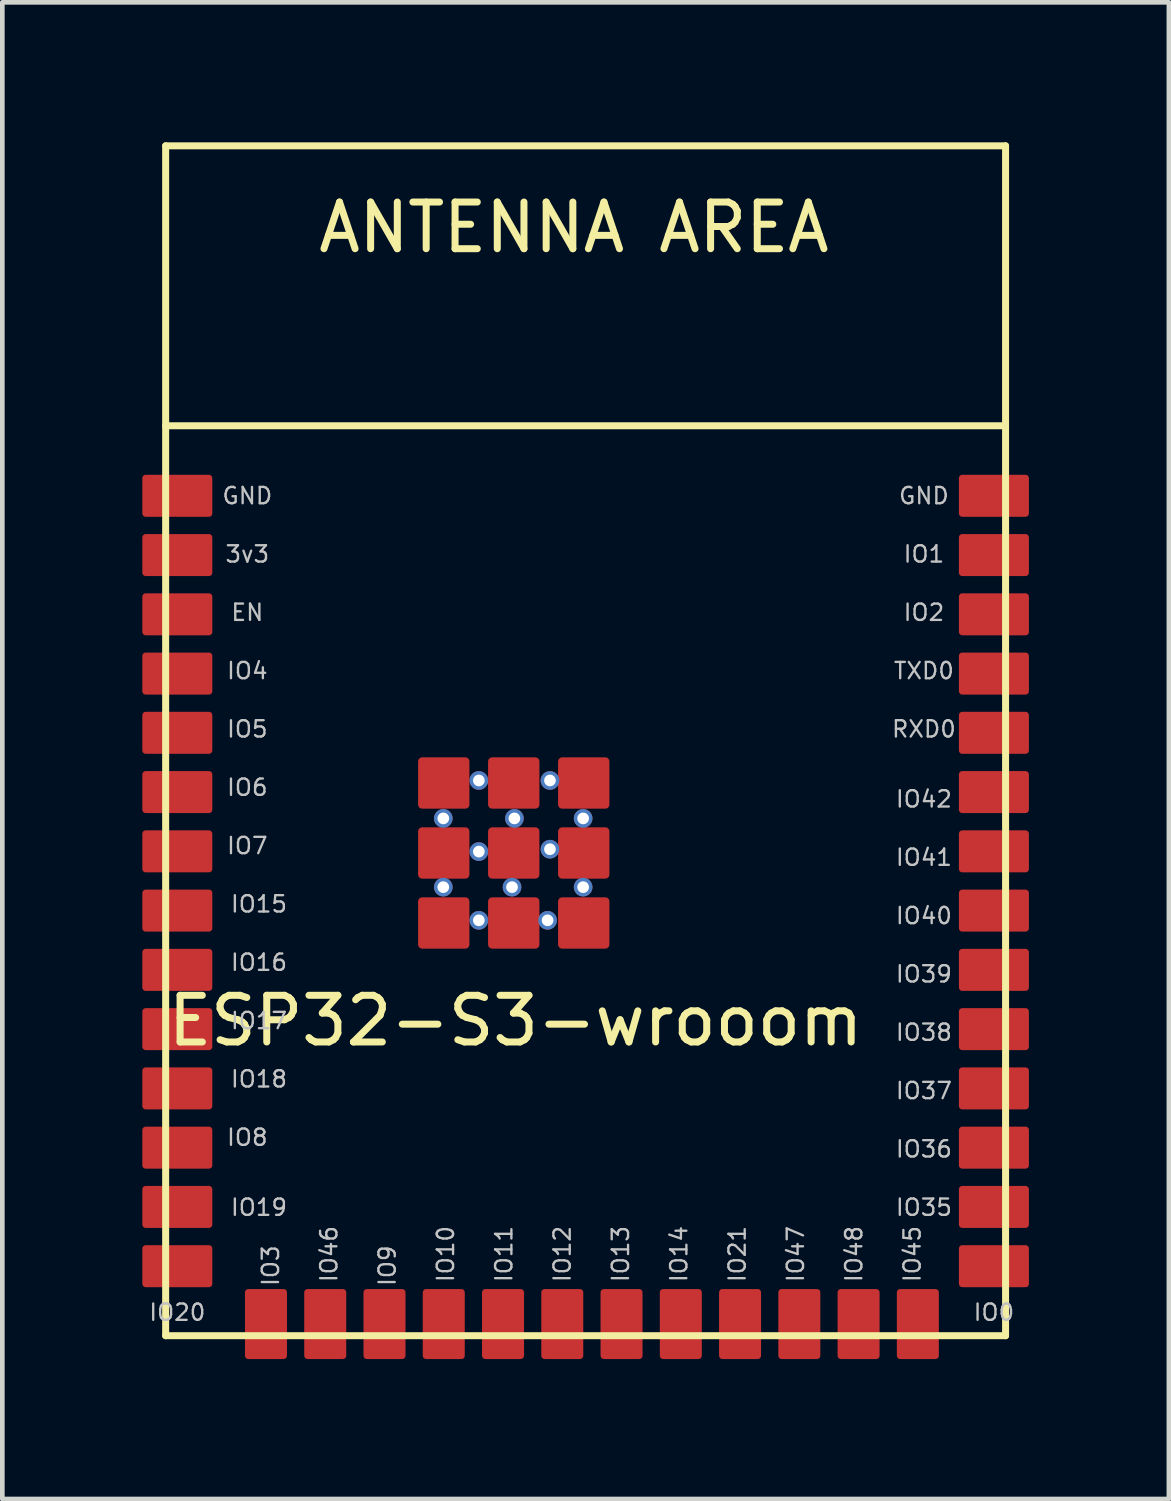
<source format=kicad_pcb>
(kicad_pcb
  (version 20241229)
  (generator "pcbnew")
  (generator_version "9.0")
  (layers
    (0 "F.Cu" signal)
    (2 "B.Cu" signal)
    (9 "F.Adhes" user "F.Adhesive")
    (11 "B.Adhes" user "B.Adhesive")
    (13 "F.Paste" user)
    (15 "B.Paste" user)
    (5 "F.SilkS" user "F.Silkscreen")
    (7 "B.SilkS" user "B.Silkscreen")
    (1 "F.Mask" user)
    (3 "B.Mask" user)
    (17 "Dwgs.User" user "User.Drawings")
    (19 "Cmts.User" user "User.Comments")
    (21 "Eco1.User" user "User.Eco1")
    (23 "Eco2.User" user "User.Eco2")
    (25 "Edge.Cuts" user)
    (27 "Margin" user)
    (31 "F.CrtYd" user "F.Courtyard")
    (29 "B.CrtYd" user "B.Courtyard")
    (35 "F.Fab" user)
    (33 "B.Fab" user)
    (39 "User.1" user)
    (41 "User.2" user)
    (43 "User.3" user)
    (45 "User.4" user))
  (footprint "ESP32-S3-wrooom"
    (layer "F.Cu")
    (at 0.5 25.575)
    (property "Reference" "ESP32-S3-wrooom" (at 7.5 -6.75 0) (layer "F.SilkS") (effects (font (size 1 1) (thickness 0.15))))
    (attr through_hole)
    (fp_line (start 0 -25.5) (end 0 0) (stroke (width 0.15) (type solid)) (layer "F.SilkS"))
    (fp_line (start 0 -19.5) (end 18 -19.5) (stroke (width 0.15) (type solid)) (layer "F.SilkS"))
    (fp_line (start 0 0) (end 18 0) (stroke (width 0.15) (type solid)) (layer "F.SilkS"))
    (fp_line (start 18 -25.5) (end 0 -25.5) (stroke (width 0.15) (type solid)) (layer "F.SilkS"))
    (fp_line (start 18 0) (end 18 -25.5) (stroke (width 0.15) (type solid)) (layer "F.SilkS"))
    (fp_text user "ANTENNA AREA" (at 8.75 -23.75 0) (layer "F.SilkS") (effects (font (size 1 1) (thickness 0.15))))
    (fp_text user "IO41" (at 16.25 -10.25 0) (layer "Dwgs.User") (effects (font (size 0.35 0.35) (thickness 0.05))))
    (fp_text user "IO0" (at 17.75 -0.5 0) (layer "Dwgs.User") (effects (font (size 0.35 0.35) (thickness 0.05))))
    (fp_text user "GND" (at 16.25 -18 0) (layer "Dwgs.User") (effects (font (size 0.35 0.35) (thickness 0.05))))
    (fp_text user "IO19" (at 2 -2.75 0) (layer "Dwgs.User") (effects (font (size 0.35 0.35) (thickness 0.05))))
    (fp_text user "IO12" (at 8.5 -1.75 90) (layer "Dwgs.User") (effects (font (size 0.35 0.35) (thickness 0.05))))
    (fp_text user "IO40" (at 16.25 -9 0) (layer "Dwgs.User") (effects (font (size 0.35 0.35) (thickness 0.05))))
    (fp_text user "IO37" (at 16.25 -5.25 0) (layer "Dwgs.User") (effects (font (size 0.35 0.35) (thickness 0.05))))
    (fp_text user "IO10" (at 6 -1.75 90) (layer "Dwgs.User") (effects (font (size 0.35 0.35) (thickness 0.05))))
    (fp_text user "IO48" (at 14.75 -1.75 90) (layer "Dwgs.User") (effects (font (size 0.35 0.35) (thickness 0.05))))
    (fp_text user "IO8" (at 1.75 -4.25 0) (layer "Dwgs.User") (effects (font (size 0.35 0.35) (thickness 0.05))))
    (fp_text user "IO20" (at 0.25 -0.5 0) (layer "Dwgs.User") (effects (font (size 0.35 0.35) (thickness 0.05))))
    (fp_text user "IO42" (at 16.25 -11.5 0) (layer "Dwgs.User") (effects (font (size 0.35 0.35) (thickness 0.05))))
    (fp_text user "IO21" (at 12.25 -1.75 90) (layer "Dwgs.User") (effects (font (size 0.35 0.35) (thickness 0.05))))
    (fp_text user "IO36" (at 16.25 -4 0) (layer "Dwgs.User") (effects (font (size 0.35 0.35) (thickness 0.05))))
    (fp_text user "IO16" (at 2 -8 0) (layer "Dwgs.User") (effects (font (size 0.35 0.35) (thickness 0.05))))
    (fp_text user "IO38" (at 16.25 -6.5 0) (layer "Dwgs.User") (effects (font (size 0.35 0.35) (thickness 0.05))))
    (fp_text user "GND" (at 1.75 -18 0) (layer "Dwgs.User") (effects (font (size 0.35 0.35) (thickness 0.05))))
    (fp_text user "IO15" (at 2 -9.25 0) (layer "Dwgs.User") (effects (font (size 0.35 0.35) (thickness 0.05))))
    (fp_text user "IO2" (at 16.25 -15.5 0) (layer "Dwgs.User") (effects (font (size 0.35 0.35) (thickness 0.05))))
    (fp_text user "IO17" (at 2 -6.75 0) (layer "Dwgs.User") (effects (font (size 0.35 0.35) (thickness 0.05))))
    (fp_text user "IO39" (at 16.25 -7.75 0) (layer "Dwgs.User") (effects (font (size 0.35 0.35) (thickness 0.05))))
    (fp_text user "IO7" (at 1.75 -10.5 0) (layer "Dwgs.User") (effects (font (size 0.35 0.35) (thickness 0.05))))
    (fp_text user "3v3" (at 1.75 -16.75 0) (layer "Dwgs.User") (effects (font (size 0.35 0.35) (thickness 0.05))))
    (fp_text user "IO5" (at 1.75 -13 0) (layer "Dwgs.User") (effects (font (size 0.35 0.35) (thickness 0.05))))
    (fp_text user "IO11" (at 7.25 -1.75 90) (layer "Dwgs.User") (effects (font (size 0.35 0.35) (thickness 0.05))))
    (fp_text user "TXD0" (at 16.25 -14.25 0) (layer "Dwgs.User") (effects (font (size 0.35 0.35) (thickness 0.05))))
    (fp_text user "IO6" (at 1.75 -11.75 0) (layer "Dwgs.User") (effects (font (size 0.35 0.35) (thickness 0.05))))
    (fp_text user "IO18" (at 2 -5.5 0) (layer "Dwgs.User") (effects (font (size 0.35 0.35) (thickness 0.05))))
    (fp_text user "IO46" (at 3.5 -1.75 90) (layer "Dwgs.User") (effects (font (size 0.35 0.35) (thickness 0.05))))
    (fp_text user "IO47" (at 13.5 -1.75 90) (layer "Dwgs.User") (effects (font (size 0.35 0.35) (thickness 0.05))))
    (fp_text user "IO3" (at 2.25 -1.5 90) (layer "Dwgs.User") (effects (font (size 0.35 0.35) (thickness 0.05))))
    (fp_text user "EN" (at 1.75 -15.5 0) (layer "Dwgs.User") (effects (font (size 0.35 0.35) (thickness 0.05))))
    (fp_text user "IO35" (at 16.25 -2.75 0) (layer "Dwgs.User") (effects (font (size 0.35 0.35) (thickness 0.05))))
    (fp_text user "IO4" (at 1.75 -14.25 0) (layer "Dwgs.User") (effects (font (size 0.35 0.35) (thickness 0.05))))
    (fp_text user "IO1" (at 16.25 -16.75 0) (layer "Dwgs.User") (effects (font (size 0.35 0.35) (thickness 0.05))))
    (fp_text user "IO45" (at 16 -1.75 90) (layer "Dwgs.User") (effects (font (size 0.35 0.35) (thickness 0.05))))
    (fp_text user "IO13" (at 9.75 -1.75 90) (layer "Dwgs.User") (effects (font (size 0.35 0.35) (thickness 0.05))))
    (fp_text user "RXD0" (at 16.25 -13 0) (layer "Dwgs.User") (effects (font (size 0.35 0.35) (thickness 0.05))))
    (fp_text user "IO9" (at 4.75 -1.5 90) (layer "Dwgs.User") (effects (font (size 0.35 0.35) (thickness 0.05))))
    (fp_text user "IO14" (at 11 -1.75 90) (layer "Dwgs.User") (effects (font (size 0.35 0.35) (thickness 0.05))))
    (pad "" thru_hole circle (at 5.95 -11.086 180) (size 0.4 0.4) (drill oval 0.25) (layers "*.Cu" "*.Mask"))
    (pad "" thru_hole circle (at 5.95 -9.613 180) (size 0.4 0.4) (drill oval 0.25) (layers "*.Cu" "*.Mask"))
    (pad "" thru_hole circle (at 6.712 -11.899 180) (size 0.4 0.4) (drill oval 0.25) (layers "*.Cu" "*.Mask"))
    (pad "" thru_hole circle (at 6.712 -10.375 180) (size 0.4 0.4) (drill oval 0.25) (layers "*.Cu" "*.Mask"))
    (pad "" thru_hole circle (at 6.712 -8.902 180) (size 0.4 0.4) (drill oval 0.25) (layers "*.Cu" "*.Mask"))
    (pad "" thru_hole circle (at 7.423 -9.613 180) (size 0.4 0.4) (drill oval 0.25) (layers "*.Cu" "*.Mask"))
    (pad "" thru_hole circle (at 7.474 -11.086 180) (size 0.4 0.4) (drill oval 0.25) (layers "*.Cu" "*.Mask"))
    (pad "" thru_hole circle (at 8.185 -8.902 180) (size 0.4 0.4) (drill oval 0.25) (layers "*.Cu" "*.Mask"))
    (pad "" thru_hole circle (at 8.236 -11.899 180) (size 0.4 0.4) (drill oval 0.25) (layers "*.Cu" "*.Mask"))
    (pad "" thru_hole circle (at 8.236 -10.426 180) (size 0.4 0.4) (drill oval 0.25) (layers "*.Cu" "*.Mask"))
    (pad "" thru_hole circle (at 8.947 -11.086 180) (size 0.4 0.4) (drill oval 0.25) (layers "*.Cu" "*.Mask"))
    (pad "" thru_hole circle (at 8.947 -9.613 180) (size 0.4 0.4) (drill oval 0.25) (layers "*.Cu" "*.Mask"))
    (pad "1" smd roundrect (at 0.25 -18) (size 1.5 0.9) (layers "F.Cu" "F.Mask" "F.Paste") (roundrect_rratio 0.079))
    (pad "2" smd roundrect (at 0.25 -16.73) (size 1.5 0.9) (layers "F.Cu" "F.Mask" "F.Paste") (roundrect_rratio 0.079))
    (pad "3" smd roundrect (at 0.25 -15.46) (size 1.5 0.9) (layers "F.Cu" "F.Mask" "F.Paste") (roundrect_rratio 0.079))
    (pad "4" smd roundrect (at 0.25 -14.19) (size 1.5 0.9) (layers "F.Cu" "F.Mask" "F.Paste") (roundrect_rratio 0.079))
    (pad "5" smd roundrect (at 0.25 -12.92) (size 1.5 0.9) (layers "F.Cu" "F.Mask" "F.Paste") (roundrect_rratio 0.079))
    (pad "6" smd roundrect (at 0.25 -11.65) (size 1.5 0.9) (layers "F.Cu" "F.Mask" "F.Paste") (roundrect_rratio 0.079))
    (pad "7" smd roundrect (at 0.25 -10.38) (size 1.5 0.9) (layers "F.Cu" "F.Mask" "F.Paste") (roundrect_rratio 0.079))
    (pad "8" smd roundrect (at 0.25 -9.11) (size 1.5 0.9) (layers "F.Cu" "F.Mask" "F.Paste") (roundrect_rratio 0.079))
    (pad "9" smd roundrect (at 0.25 -7.84) (size 1.5 0.9) (layers "F.Cu" "F.Mask" "F.Paste") (roundrect_rratio 0.079))
    (pad "10" smd roundrect (at 0.25 -6.57) (size 1.5 0.9) (layers "F.Cu" "F.Mask" "F.Paste") (roundrect_rratio 0.079))
    (pad "11" smd roundrect (at 0.25 -5.3) (size 1.5 0.9) (layers "F.Cu" "F.Mask" "F.Paste") (roundrect_rratio 0.079))
    (pad "12" smd roundrect (at 0.25 -4.03) (size 1.5 0.9) (layers "F.Cu" "F.Mask" "F.Paste") (roundrect_rratio 0.079))
    (pad "13" smd roundrect (at 0.25 -2.76) (size 1.5 0.9) (layers "F.Cu" "F.Mask" "F.Paste") (roundrect_rratio 0.079))
    (pad "14" smd roundrect (at 0.25 -1.49) (size 1.5 0.9) (layers "F.Cu" "F.Mask" "F.Paste") (roundrect_rratio 0.079))
    (pad "15" smd roundrect (at 2.15 -0.25 90) (size 1.5 0.9) (layers "F.Cu" "F.Mask" "F.Paste") (roundrect_rratio 0.079))
    (pad "16" smd roundrect (at 3.42 -0.25 90) (size 1.5 0.9) (layers "F.Cu" "F.Mask" "F.Paste") (roundrect_rratio 0.079))
    (pad "17" smd roundrect (at 4.69 -0.25 90) (size 1.5 0.9) (layers "F.Cu" "F.Mask" "F.Paste") (roundrect_rratio 0.079))
    (pad "18" smd roundrect (at 5.96 -0.25 90) (size 1.5 0.9) (layers "F.Cu" "F.Mask" "F.Paste") (roundrect_rratio 0.079))
    (pad "19" smd roundrect (at 7.23 -0.25 90) (size 1.5 0.9) (layers "F.Cu" "F.Mask" "F.Paste") (roundrect_rratio 0.079))
    (pad "20" smd roundrect (at 8.5 -0.25 90) (size 1.5 0.9) (layers "F.Cu" "F.Mask" "F.Paste") (roundrect_rratio 0.079))
    (pad "21" smd roundrect (at 9.77 -0.25 90) (size 1.5 0.9) (layers "F.Cu" "F.Mask" "F.Paste") (roundrect_rratio 0.079))
    (pad "22" smd roundrect (at 11.04 -0.25 90) (size 1.5 0.9) (layers "F.Cu" "F.Mask" "F.Paste") (roundrect_rratio 0.079))
    (pad "23" smd roundrect (at 12.31 -0.25 90) (size 1.5 0.9) (layers "F.Cu" "F.Mask" "F.Paste") (roundrect_rratio 0.079))
    (pad "24" smd roundrect (at 13.58 -0.25 90) (size 1.5 0.9) (layers "F.Cu" "F.Mask" "F.Paste") (roundrect_rratio 0.079))
    (pad "25" smd roundrect (at 14.85 -0.25 90) (size 1.5 0.9) (layers "F.Cu" "F.Mask" "F.Paste") (roundrect_rratio 0.079))
    (pad "26" smd roundrect (at 16.12 -0.25 90) (size 1.5 0.9) (layers "F.Cu" "F.Mask" "F.Paste") (roundrect_rratio 0.079))
    (pad "27" smd roundrect (at 17.75 -1.49) (size 1.5 0.9) (layers "F.Cu" "F.Mask" "F.Paste") (roundrect_rratio 0.079))
    (pad "28" smd roundrect (at 17.75 -2.76) (size 1.5 0.9) (layers "F.Cu" "F.Mask" "F.Paste") (roundrect_rratio 0.079))
    (pad "29" smd roundrect (at 17.75 -4.03) (size 1.5 0.9) (layers "F.Cu" "F.Mask" "F.Paste") (roundrect_rratio 0.079))
    (pad "30" smd roundrect (at 17.75 -5.3) (size 1.5 0.9) (layers "F.Cu" "F.Mask" "F.Paste") (roundrect_rratio 0.079))
    (pad "31" smd roundrect (at 17.75 -6.57) (size 1.5 0.9) (layers "F.Cu" "F.Mask" "F.Paste") (roundrect_rratio 0.079))
    (pad "32" smd roundrect (at 17.75 -7.84) (size 1.5 0.9) (layers "F.Cu" "F.Mask" "F.Paste") (roundrect_rratio 0.079))
    (pad "33" smd roundrect (at 17.75 -9.11) (size 1.5 0.9) (layers "F.Cu" "F.Mask" "F.Paste") (roundrect_rratio 0.079))
    (pad "34" smd roundrect (at 17.75 -10.38) (size 1.5 0.9) (layers "F.Cu" "F.Mask" "F.Paste") (roundrect_rratio 0.079))
    (pad "35" smd roundrect (at 17.75 -11.65) (size 1.5 0.9) (layers "F.Cu" "F.Mask" "F.Paste") (roundrect_rratio 0.079))
    (pad "36" smd roundrect (at 17.75 -12.92) (size 1.5 0.9) (layers "F.Cu" "F.Mask" "F.Paste") (roundrect_rratio 0.079))
    (pad "37" smd roundrect (at 17.75 -14.19) (size 1.5 0.9) (layers "F.Cu" "F.Mask" "F.Paste") (roundrect_rratio 0.079))
    (pad "38" smd roundrect (at 17.75 -15.46) (size 1.5 0.9) (layers "F.Cu" "F.Mask" "F.Paste") (roundrect_rratio 0.079))
    (pad "39" smd roundrect (at 17.75 -16.73) (size 1.5 0.9) (layers "F.Cu" "F.Mask" "F.Paste") (roundrect_rratio 0.079))
    (pad "40" smd roundrect (at 17.75 -18) (size 1.5 0.9) (layers "F.Cu" "F.Mask" "F.Paste") (roundrect_rratio 0.079))
    (pad "41" smd roundrect (at 5.96 -11.845 180) (size 1.1 1.1) (layers "F.Cu" "F.Mask" "F.Paste") (roundrect_rratio 0.079))
    (pad "41" smd roundrect (at 5.96 -10.345 180) (size 1.1 1.1) (layers "F.Cu" "F.Mask" "F.Paste") (roundrect_rratio 0.079))
    (pad "41" smd roundrect (at 5.96 -8.845 180) (size 1.1 1.1) (layers "F.Cu" "F.Mask" "F.Paste") (roundrect_rratio 0.079))
    (pad "41" smd roundrect (at 7.46 -11.845 180) (size 1.1 1.1) (layers "F.Cu" "F.Mask" "F.Paste") (roundrect_rratio 0.079))
    (pad "41" smd roundrect (at 7.46 -10.345 180) (size 1.1 1.1) (layers "F.Cu" "F.Mask" "F.Paste") (roundrect_rratio 0.079))
    (pad "41" smd roundrect (at 7.46 -8.845 180) (size 1.1 1.1) (layers "F.Cu" "F.Mask" "F.Paste") (roundrect_rratio 0.079))
    (pad "41" smd roundrect (at 8.96 -11.845 180) (size 1.1 1.1) (layers "F.Cu" "F.Mask" "F.Paste") (roundrect_rratio 0.079))
    (pad "41" smd roundrect (at 8.96 -10.345 180) (size 1.1 1.1) (layers "F.Cu" "F.Mask" "F.Paste") (roundrect_rratio 0.079))
    (pad "41" smd roundrect (at 8.96 -8.845 180) (size 1.1 1.1) (layers "F.Cu" "F.Mask" "F.Paste") (roundrect_rratio 0.079)))
  (gr_rect
    (start -3 -3)
    (end 22 29.075)
    (stroke (width 0.1) (type default))
    (fill no)
    (layer "Edge.Cuts")))
</source>
